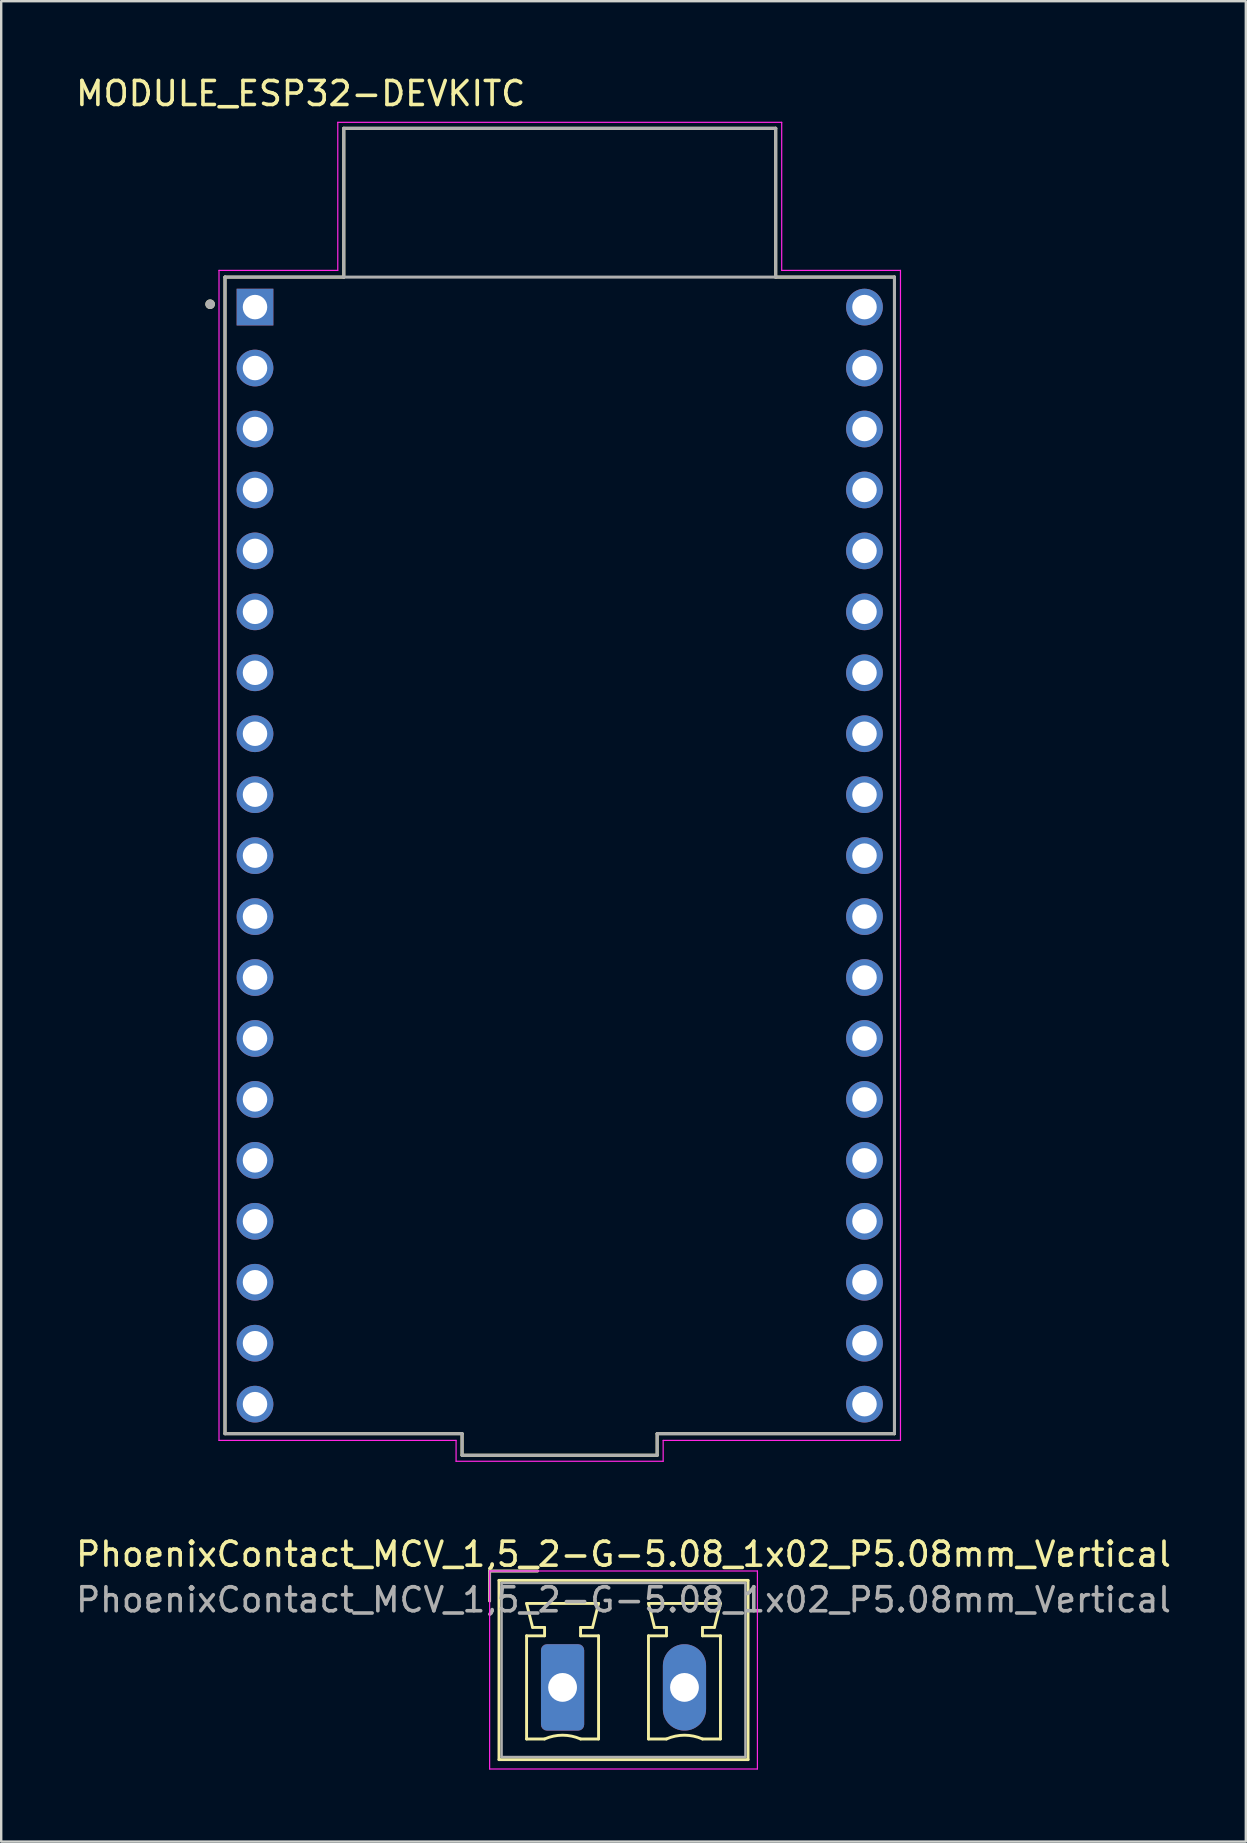
<source format=kicad_pcb>
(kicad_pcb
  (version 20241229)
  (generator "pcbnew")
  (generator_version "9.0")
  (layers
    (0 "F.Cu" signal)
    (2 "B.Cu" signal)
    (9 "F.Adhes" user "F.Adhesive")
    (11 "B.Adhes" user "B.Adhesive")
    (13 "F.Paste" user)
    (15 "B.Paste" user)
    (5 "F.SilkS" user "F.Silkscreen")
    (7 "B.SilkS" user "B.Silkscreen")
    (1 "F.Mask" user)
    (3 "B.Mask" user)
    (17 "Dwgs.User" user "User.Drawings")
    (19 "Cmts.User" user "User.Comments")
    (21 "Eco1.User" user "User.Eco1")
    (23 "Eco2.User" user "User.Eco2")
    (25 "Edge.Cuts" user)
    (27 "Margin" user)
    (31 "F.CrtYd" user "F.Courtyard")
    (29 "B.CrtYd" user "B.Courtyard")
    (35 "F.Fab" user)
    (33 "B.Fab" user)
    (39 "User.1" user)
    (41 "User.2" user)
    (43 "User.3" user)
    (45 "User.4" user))
  (footprint "PhoenixContact_MCV_1,5_2-G-5.08_1x02_P5.08mm_Vertical"
    (layer "F.Cu")
    (at 20.395 67.272)
    (property "Reference" "PhoenixContact_MCV_1,5_2-G-5.08_1x02_P5.08mm_Vertical" (at 2.54 -5.55 0) (layer "F.SilkS") (effects (font (size 1 1) (thickness 0.15))))
    (attr through_hole)
    (fp_line (start -3.04 -4.85) (end -1.04 -4.85) (stroke (width 0.12) (type solid)) (layer "F.SilkS"))
    (fp_line (start -3.04 -3.6) (end -3.04 -4.85) (stroke (width 0.12) (type solid)) (layer "F.SilkS"))
    (fp_line (start -2.65 -4.46) (end -2.65 3.01) (stroke (width 0.12) (type solid)) (layer "F.SilkS"))
    (fp_line (start -2.65 3.01) (end 7.73 3.01) (stroke (width 0.12) (type solid)) (layer "F.SilkS"))
    (fp_line (start -1.5 -3.5) (end 1.5 -3.5) (stroke (width 0.12) (type solid)) (layer "F.SilkS"))
    (fp_line (start -1.5 -2.15) (end -0.75 -2.15) (stroke (width 0.12) (type solid)) (layer "F.SilkS"))
    (fp_line (start -1.5 2.15) (end -1.5 -2.15) (stroke (width 0.12) (type solid)) (layer "F.SilkS"))
    (fp_line (start -1.25 -2.5) (end -1.5 -3.5) (stroke (width 0.12) (type solid)) (layer "F.SilkS"))
    (fp_line (start -0.75 -2.5) (end -1.25 -2.5) (stroke (width 0.12) (type solid)) (layer "F.SilkS"))
    (fp_line (start -0.75 -2.15) (end -0.75 -2.5) (stroke (width 0.12) (type solid)) (layer "F.SilkS"))
    (fp_line (start -0.75 2.15) (end -1.5 2.15) (stroke (width 0.12) (type solid)) (layer "F.SilkS"))
    (fp_line (start 0.75 -2.5) (end 0.75 -2.15) (stroke (width 0.12) (type solid)) (layer "F.SilkS"))
    (fp_line (start 0.75 -2.15) (end 1.5 -2.15) (stroke (width 0.12) (type solid)) (layer "F.SilkS"))
    (fp_line (start 1.25 -2.5) (end 0.75 -2.5) (stroke (width 0.12) (type solid)) (layer "F.SilkS"))
    (fp_line (start 1.5 -3.5) (end 1.25 -2.5) (stroke (width 0.12) (type solid)) (layer "F.SilkS"))
    (fp_line (start 1.5 -2.15) (end 1.5 2.15) (stroke (width 0.12) (type solid)) (layer "F.SilkS"))
    (fp_line (start 1.5 2.15) (end 0.75 2.15) (stroke (width 0.12) (type solid)) (layer "F.SilkS"))
    (fp_line (start 3.58 -3.5) (end 6.58 -3.5) (stroke (width 0.12) (type solid)) (layer "F.SilkS"))
    (fp_line (start 3.58 -2.15) (end 4.33 -2.15) (stroke (width 0.12) (type solid)) (layer "F.SilkS"))
    (fp_line (start 3.58 2.15) (end 3.58 -2.15) (stroke (width 0.12) (type solid)) (layer "F.SilkS"))
    (fp_line (start 3.83 -2.5) (end 3.58 -3.5) (stroke (width 0.12) (type solid)) (layer "F.SilkS"))
    (fp_line (start 4.33 -2.5) (end 3.83 -2.5) (stroke (width 0.12) (type solid)) (layer "F.SilkS"))
    (fp_line (start 4.33 -2.15) (end 4.33 -2.5) (stroke (width 0.12) (type solid)) (layer "F.SilkS"))
    (fp_line (start 4.33 2.15) (end 3.58 2.15) (stroke (width 0.12) (type solid)) (layer "F.SilkS"))
    (fp_line (start 5.83 -2.5) (end 5.83 -2.15) (stroke (width 0.12) (type solid)) (layer "F.SilkS"))
    (fp_line (start 5.83 -2.15) (end 6.58 -2.15) (stroke (width 0.12) (type solid)) (layer "F.SilkS"))
    (fp_line (start 6.33 -2.5) (end 5.83 -2.5) (stroke (width 0.12) (type solid)) (layer "F.SilkS"))
    (fp_line (start 6.58 -3.5) (end 6.33 -2.5) (stroke (width 0.12) (type solid)) (layer "F.SilkS"))
    (fp_line (start 6.58 -2.15) (end 6.58 2.15) (stroke (width 0.12) (type solid)) (layer "F.SilkS"))
    (fp_line (start 6.58 2.15) (end 5.83 2.15) (stroke (width 0.12) (type solid)) (layer "F.SilkS"))
    (fp_line (start 7.73 -4.46) (end -2.65 -4.46) (stroke (width 0.12) (type solid)) (layer "F.SilkS"))
    (fp_line (start 7.73 3.01) (end 7.73 -4.46) (stroke (width 0.12) (type solid)) (layer "F.SilkS"))
    (fp_arc (start -0.75 2.15) (mid -0.000193 1.99191) (end 0.749647 2.149844) (stroke (width 0.12) (type solid)) (layer "F.SilkS"))
    (fp_arc (start 4.33 2.15) (mid 5.079807 1.99191) (end 5.829647 2.149844) (stroke (width 0.12) (type solid)) (layer "F.SilkS"))
    (fp_line (start -3.04 -4.85) (end -3.04 3.4) (stroke (width 0.05) (type solid)) (layer "F.CrtYd"))
    (fp_line (start -3.04 3.4) (end 8.12 3.4) (stroke (width 0.05) (type solid)) (layer "F.CrtYd"))
    (fp_line (start 8.12 -4.85) (end -3.04 -4.85) (stroke (width 0.05) (type solid)) (layer "F.CrtYd"))
    (fp_line (start 8.12 3.4) (end 8.12 -4.85) (stroke (width 0.05) (type solid)) (layer "F.CrtYd"))
    (fp_line (start -3.04 -4.85) (end -1.04 -4.85) (stroke (width 0.1) (type solid)) (layer "F.Fab"))
    (fp_line (start -3.04 -3.6) (end -3.04 -4.85) (stroke (width 0.1) (type solid)) (layer "F.Fab"))
    (fp_line (start -2.54 -4.35) (end -2.54 2.9) (stroke (width 0.1) (type solid)) (layer "F.Fab"))
    (fp_line (start -2.54 2.9) (end 7.62 2.9) (stroke (width 0.1) (type solid)) (layer "F.Fab"))
    (fp_line (start 7.62 -4.35) (end -2.54 -4.35) (stroke (width 0.1) (type solid)) (layer "F.Fab"))
    (fp_line (start 7.62 2.9) (end 7.62 -4.35) (stroke (width 0.1) (type solid)) (layer "F.Fab"))
    (fp_text user "${REFERENCE}" (at 2.54 -3.65 0) (layer "F.Fab") (effects (font (size 1 1) (thickness 0.15))))
    (pad "1" thru_hole roundrect (at 0 0) (size 1.8 3.6) (drill 1.2) (layers "*.Cu" "*.Mask") (roundrect_rratio 0.139))
    (pad "2" thru_hole oval (at 5.08 0) (size 1.8 3.6) (drill 1.2) (layers "*.Cu" "*.Mask")))
  (footprint "MODULE_ESP32-DEVKITC"
    (layer "F.Cu")
    (at 20.277 32.598)
    (property "Reference" "MODULE_ESP32-DEVKITC" (at -10.795 -31.75 0) (layer "F.SilkS") (effects (font (size 1 1) (thickness 0.15))))
    (attr through_hole)
    (fp_line (start -13.95 -24.1) (end -13.95 24.1) (stroke (width 0.127) (type solid)) (layer "F.SilkS"))
    (fp_line (start -13.95 24.1) (end -4.07 24.1) (stroke (width 0.127) (type solid)) (layer "F.SilkS"))
    (fp_line (start -9 -30.3) (end 9 -30.3) (stroke (width 0.127) (type solid)) (layer "F.SilkS"))
    (fp_line (start -9 -24.1) (end -13.95 -24.1) (stroke (width 0.127) (type solid)) (layer "F.SilkS"))
    (fp_line (start -9 -24.1) (end -9 -30.3) (stroke (width 0.127) (type solid)) (layer "F.SilkS"))
    (fp_line (start -4.07 24.1) (end -4.07 25) (stroke (width 0.127) (type solid)) (layer "F.SilkS"))
    (fp_line (start -4.07 25) (end 4.06 25) (stroke (width 0.127) (type solid)) (layer "F.SilkS"))
    (fp_line (start 4.06 24.1) (end 13.95 24.1) (stroke (width 0.127) (type solid)) (layer "F.SilkS"))
    (fp_line (start 4.06 25) (end 4.06 24.1) (stroke (width 0.127) (type solid)) (layer "F.SilkS"))
    (fp_line (start 9 -30.3) (end 9 -24.1) (stroke (width 0.127) (type solid)) (layer "F.SilkS"))
    (fp_line (start 13.95 -24.1) (end 9 -24.1) (stroke (width 0.127) (type solid)) (layer "F.SilkS"))
    (fp_line (start 13.95 24.1) (end 13.95 -24.1) (stroke (width 0.127) (type solid)) (layer "F.SilkS"))
    (fp_circle (center -14.57 -22.97) (end -14.47 -22.97) (stroke (width 0.2) (type solid)) (fill no) (layer "F.SilkS"))
    (fp_line (start -14.2 -24.38) (end -14.2 24.38) (stroke (width 0.05) (type solid)) (layer "F.CrtYd"))
    (fp_line (start -14.2 24.38) (end -4.32 24.38) (stroke (width 0.05) (type solid)) (layer "F.CrtYd"))
    (fp_line (start -9.25 -30.55) (end 9.25 -30.55) (stroke (width 0.05) (type solid)) (layer "F.CrtYd"))
    (fp_line (start -9.25 -24.38) (end -14.2 -24.38) (stroke (width 0.05) (type solid)) (layer "F.CrtYd"))
    (fp_line (start -9.25 -24.38) (end -9.25 -30.55) (stroke (width 0.05) (type solid)) (layer "F.CrtYd"))
    (fp_line (start -4.32 24.38) (end -4.32 25.25) (stroke (width 0.05) (type solid)) (layer "F.CrtYd"))
    (fp_line (start -4.32 25.25) (end 4.31 25.25) (stroke (width 0.05) (type solid)) (layer "F.CrtYd"))
    (fp_line (start 4.31 24.38) (end 14.2 24.38) (stroke (width 0.05) (type solid)) (layer "F.CrtYd"))
    (fp_line (start 4.31 25.25) (end 4.31 24.38) (stroke (width 0.05) (type solid)) (layer "F.CrtYd"))
    (fp_line (start 9.25 -30.55) (end 9.25 -24.38) (stroke (width 0.05) (type solid)) (layer "F.CrtYd"))
    (fp_line (start 14.2 -24.38) (end 9.25 -24.38) (stroke (width 0.05) (type solid)) (layer "F.CrtYd"))
    (fp_line (start 14.2 24.38) (end 14.2 -24.38) (stroke (width 0.05) (type solid)) (layer "F.CrtYd"))
    (fp_line (start -13.95 -24.1) (end -13.95 24.1) (stroke (width 0.127) (type solid)) (layer "F.Fab"))
    (fp_line (start -13.95 24.1) (end -4.07 24.1) (stroke (width 0.127) (type solid)) (layer "F.Fab"))
    (fp_line (start -9 -30.3) (end 9 -30.3) (stroke (width 0.127) (type solid)) (layer "F.Fab"))
    (fp_line (start -9 -24.1) (end -13.95 -24.1) (stroke (width 0.127) (type solid)) (layer "F.Fab"))
    (fp_line (start -9 -24.1) (end -9 -30.3) (stroke (width 0.127) (type solid)) (layer "F.Fab"))
    (fp_line (start -4.07 24.1) (end -4.07 25) (stroke (width 0.127) (type solid)) (layer "F.Fab"))
    (fp_line (start -4.07 25) (end 4.06 25) (stroke (width 0.127) (type solid)) (layer "F.Fab"))
    (fp_line (start 4.06 24.1) (end 13.95 24.1) (stroke (width 0.127) (type solid)) (layer "F.Fab"))
    (fp_line (start 4.06 25) (end 4.06 24.1) (stroke (width 0.127) (type solid)) (layer "F.Fab"))
    (fp_line (start 9 -30.3) (end 9 -24.1) (stroke (width 0.127) (type solid)) (layer "F.Fab"))
    (fp_line (start 9 -24.1) (end -9 -24.1) (stroke (width 0.127) (type solid)) (layer "F.Fab"))
    (fp_line (start 13.95 -24.1) (end 9 -24.1) (stroke (width 0.127) (type solid)) (layer "F.Fab"))
    (fp_line (start 13.95 24.1) (end 13.95 -24.1) (stroke (width 0.127) (type solid)) (layer "F.Fab"))
    (fp_circle (center -14.57 -22.97) (end -14.47 -22.97) (stroke (width 0.2) (type solid)) (fill no) (layer "F.Fab"))
    (pad "1" thru_hole rect (at -12.7 -22.85) (size 1.53 1.53) (drill 1.02) (layers "*.Cu" "*.Mask"))
    (pad "2" thru_hole circle (at -12.7 -20.31) (size 1.53 1.53) (drill 1.02) (layers "*.Cu" "*.Mask"))
    (pad "3" thru_hole circle (at -12.7 -17.77) (size 1.53 1.53) (drill 1.02) (layers "*.Cu" "*.Mask"))
    (pad "4" thru_hole circle (at -12.7 -15.23) (size 1.53 1.53) (drill 1.02) (layers "*.Cu" "*.Mask"))
    (pad "5" thru_hole circle (at -12.7 -12.69) (size 1.53 1.53) (drill 1.02) (layers "*.Cu" "*.Mask"))
    (pad "6" thru_hole circle (at -12.7 -10.15) (size 1.53 1.53) (drill 1.02) (layers "*.Cu" "*.Mask"))
    (pad "7" thru_hole circle (at -12.7 -7.61) (size 1.53 1.53) (drill 1.02) (layers "*.Cu" "*.Mask"))
    (pad "8" thru_hole circle (at -12.7 -5.07) (size 1.53 1.53) (drill 1.02) (layers "*.Cu" "*.Mask"))
    (pad "9" thru_hole circle (at -12.7 -2.53) (size 1.53 1.53) (drill 1.02) (layers "*.Cu" "*.Mask"))
    (pad "10" thru_hole circle (at -12.7 0.01) (size 1.53 1.53) (drill 1.02) (layers "*.Cu" "*.Mask"))
    (pad "11" thru_hole circle (at -12.7 2.55) (size 1.53 1.53) (drill 1.02) (layers "*.Cu" "*.Mask"))
    (pad "12" thru_hole circle (at -12.7 5.09) (size 1.53 1.53) (drill 1.02) (layers "*.Cu" "*.Mask"))
    (pad "13" thru_hole circle (at -12.7 7.63) (size 1.53 1.53) (drill 1.02) (layers "*.Cu" "*.Mask"))
    (pad "14" thru_hole circle (at -12.7 10.17) (size 1.53 1.53) (drill 1.02) (layers "*.Cu" "*.Mask"))
    (pad "15" thru_hole circle (at -12.7 12.71) (size 1.53 1.53) (drill 1.02) (layers "*.Cu" "*.Mask"))
    (pad "16" thru_hole circle (at -12.7 15.25) (size 1.53 1.53) (drill 1.02) (layers "*.Cu" "*.Mask"))
    (pad "17" thru_hole circle (at -12.7 17.79) (size 1.53 1.53) (drill 1.02) (layers "*.Cu" "*.Mask"))
    (pad "18" thru_hole circle (at -12.7 20.33) (size 1.53 1.53) (drill 1.02) (layers "*.Cu" "*.Mask"))
    (pad "19" thru_hole circle (at -12.7 22.87) (size 1.53 1.53) (drill 1.02) (layers "*.Cu" "*.Mask"))
    (pad "20" thru_hole circle (at 12.7 22.87) (size 1.53 1.53) (drill 1.02) (layers "*.Cu" "*.Mask"))
    (pad "21" thru_hole circle (at 12.7 20.33) (size 1.53 1.53) (drill 1.02) (layers "*.Cu" "*.Mask"))
    (pad "22" thru_hole circle (at 12.7 17.79) (size 1.53 1.53) (drill 1.02) (layers "*.Cu" "*.Mask"))
    (pad "23" thru_hole circle (at 12.7 15.25) (size 1.53 1.53) (drill 1.02) (layers "*.Cu" "*.Mask"))
    (pad "24" thru_hole circle (at 12.7 12.71) (size 1.53 1.53) (drill 1.02) (layers "*.Cu" "*.Mask"))
    (pad "25" thru_hole circle (at 12.7 10.17) (size 1.53 1.53) (drill 1.02) (layers "*.Cu" "*.Mask"))
    (pad "26" thru_hole circle (at 12.7 7.63) (size 1.53 1.53) (drill 1.02) (layers "*.Cu" "*.Mask"))
    (pad "27" thru_hole circle (at 12.7 5.09) (size 1.53 1.53) (drill 1.02) (layers "*.Cu" "*.Mask"))
    (pad "28" thru_hole circle (at 12.7 2.55) (size 1.53 1.53) (drill 1.02) (layers "*.Cu" "*.Mask"))
    (pad "29" thru_hole circle (at 12.7 0.01) (size 1.53 1.53) (drill 1.02) (layers "*.Cu" "*.Mask"))
    (pad "30" thru_hole circle (at 12.7 -2.53) (size 1.53 1.53) (drill 1.02) (layers "*.Cu" "*.Mask"))
    (pad "31" thru_hole circle (at 12.7 -5.07) (size 1.53 1.53) (drill 1.02) (layers "*.Cu" "*.Mask"))
    (pad "32" thru_hole circle (at 12.7 -7.61) (size 1.53 1.53) (drill 1.02) (layers "*.Cu" "*.Mask"))
    (pad "33" thru_hole circle (at 12.7 -10.15) (size 1.53 1.53) (drill 1.02) (layers "*.Cu" "*.Mask"))
    (pad "34" thru_hole circle (at 12.7 -12.69) (size 1.53 1.53) (drill 1.02) (layers "*.Cu" "*.Mask"))
    (pad "35" thru_hole circle (at 12.7 -15.23) (size 1.53 1.53) (drill 1.02) (layers "*.Cu" "*.Mask"))
    (pad "36" thru_hole circle (at 12.7 -17.77) (size 1.53 1.53) (drill 1.02) (layers "*.Cu" "*.Mask"))
    (pad "37" thru_hole circle (at 12.7 -20.31) (size 1.53 1.53) (drill 1.02) (layers "*.Cu" "*.Mask"))
    (pad "38" thru_hole circle (at 12.7 -22.85) (size 1.53 1.53) (drill 1.02) (layers "*.Cu" "*.Mask")))
  (gr_rect
    (start -3 -3)
    (end 48.869 73.697)
    (stroke (width 0.1) (type default))
    (fill no)
    (layer "Edge.Cuts")))
</source>
